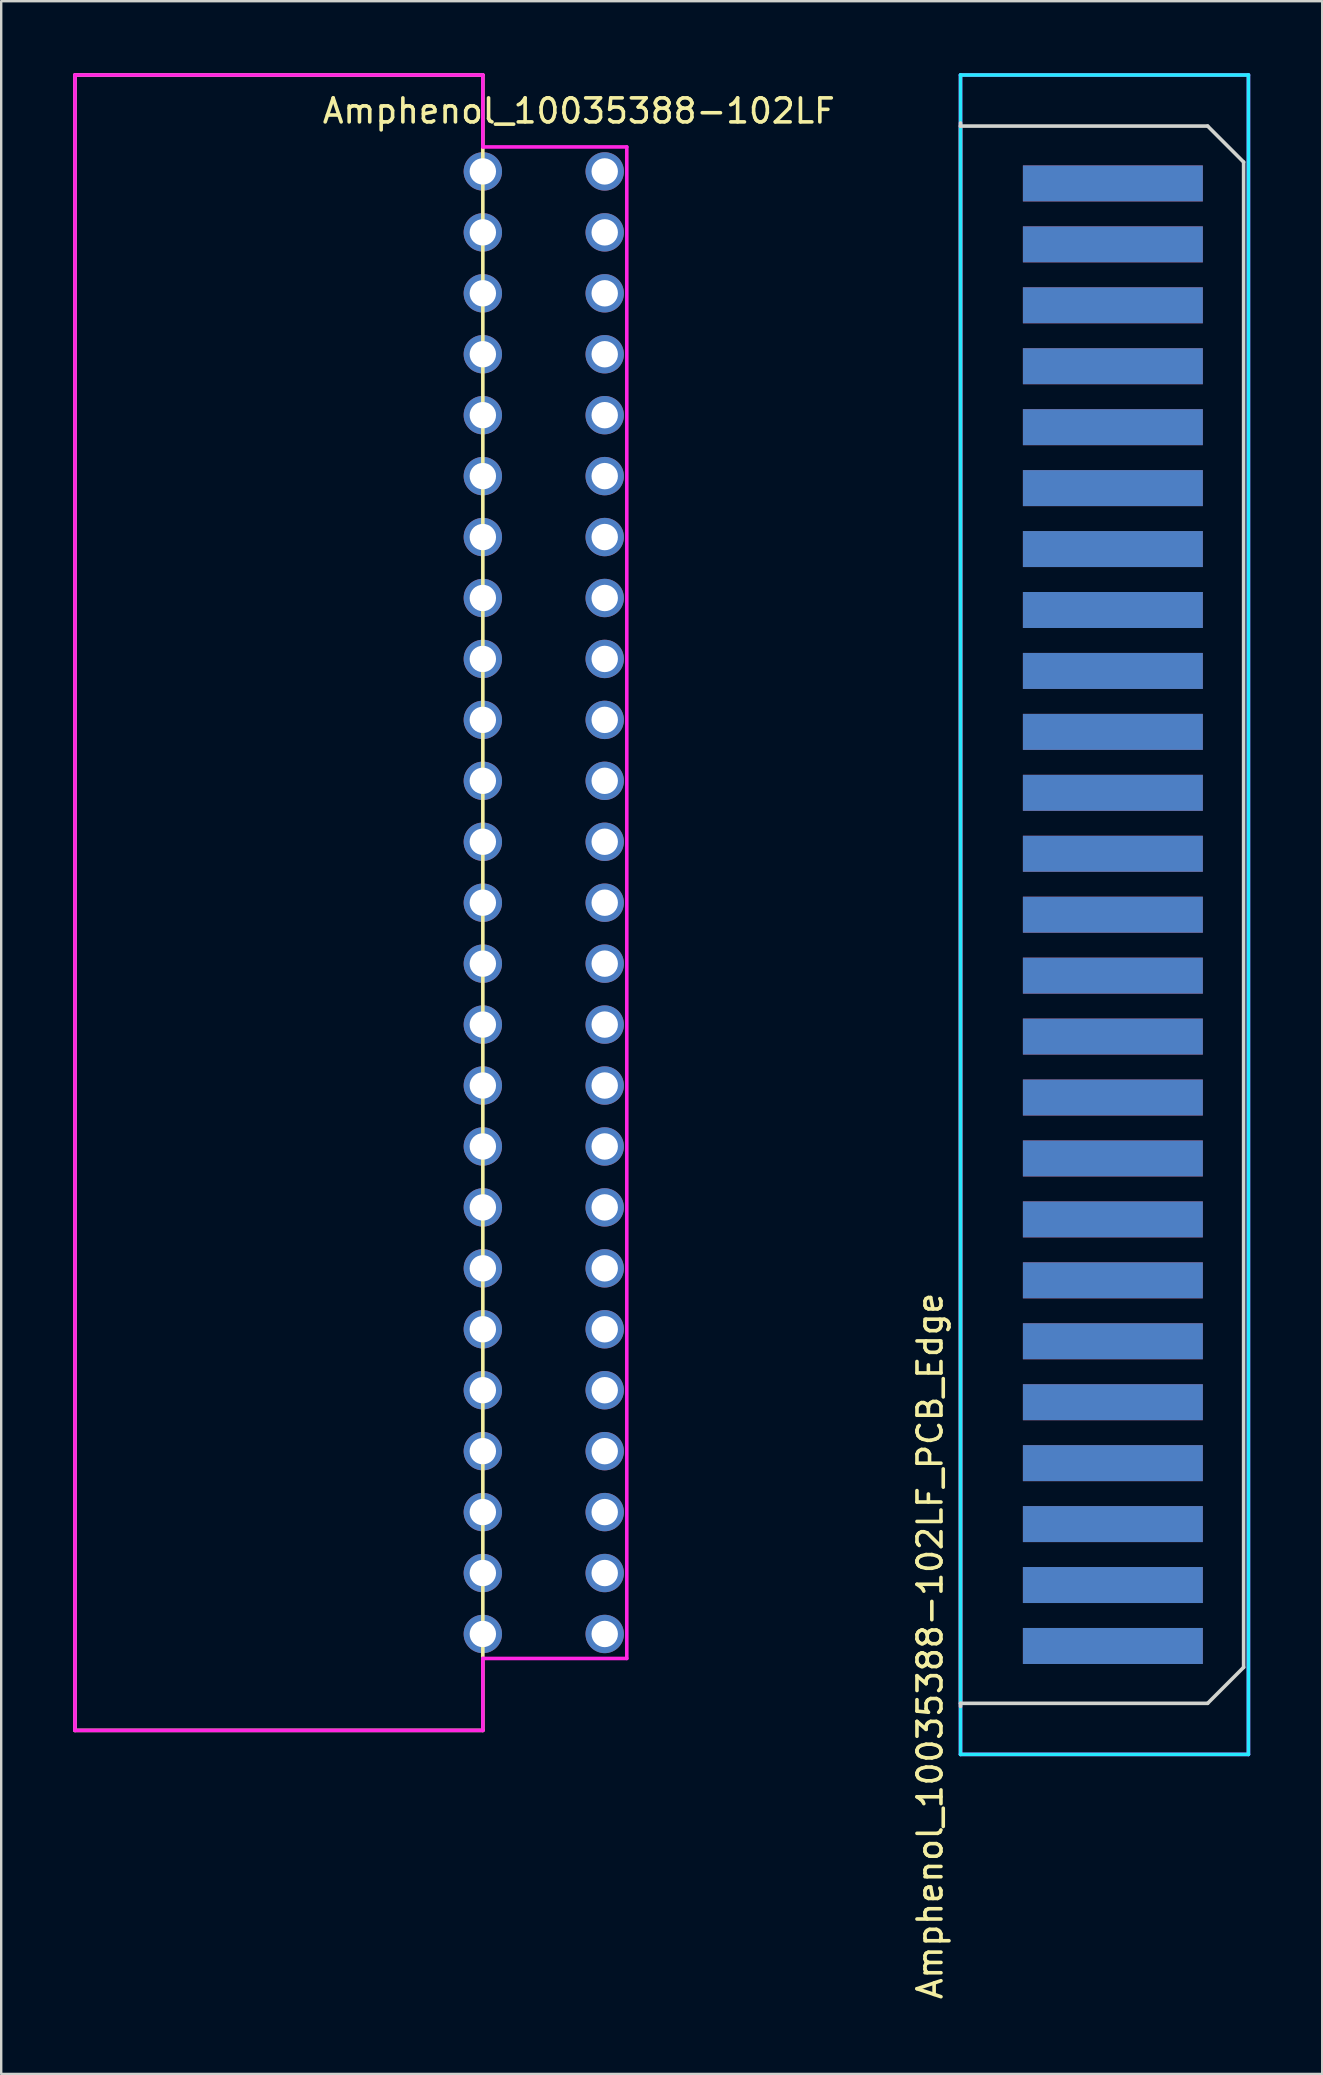
<source format=kicad_pcb>
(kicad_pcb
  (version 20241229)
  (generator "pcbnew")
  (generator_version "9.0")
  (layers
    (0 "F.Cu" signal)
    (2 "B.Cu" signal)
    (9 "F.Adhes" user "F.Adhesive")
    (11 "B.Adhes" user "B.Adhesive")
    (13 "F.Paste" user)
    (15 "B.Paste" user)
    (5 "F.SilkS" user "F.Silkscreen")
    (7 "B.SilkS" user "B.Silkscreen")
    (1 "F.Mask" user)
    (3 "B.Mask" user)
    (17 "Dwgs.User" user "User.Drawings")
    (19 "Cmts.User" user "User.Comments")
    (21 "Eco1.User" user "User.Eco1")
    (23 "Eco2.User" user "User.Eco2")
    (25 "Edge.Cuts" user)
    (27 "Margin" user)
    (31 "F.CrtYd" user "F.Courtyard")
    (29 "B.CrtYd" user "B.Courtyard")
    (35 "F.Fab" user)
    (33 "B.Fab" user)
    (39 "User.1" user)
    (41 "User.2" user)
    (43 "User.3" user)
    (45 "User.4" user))
  (footprint "Amphenol_10035388-102LF"
    (layer "F.Cu")
    (at 17.075 34.575)
    (property "Reference" "Amphenol_10035388-102LF" (at 4 -33 180) (layer "F.SilkS") (effects (font (size 1 1) (thickness 0.15))))
    (attr through_hole)
    (fp_line (start -17 -34.5) (end -17 34.5) (stroke (width 0.15) (type solid)) (layer "F.SilkS"))
    (fp_line (start -17 34.5) (end 0 34.5) (stroke (width 0.15) (type solid)) (layer "F.SilkS"))
    (fp_line (start 0 -34.5) (end -17 -34.5) (stroke (width 0.15) (type solid)) (layer "F.SilkS"))
    (fp_line (start 0 34.5) (end 0 -34.5) (stroke (width 0.15) (type solid)) (layer "F.SilkS"))
    (fp_line (start -17 -34.5) (end 0 -34.5) (stroke (width 0.15) (type solid)) (layer "F.CrtYd"))
    (fp_line (start -17 34.5) (end -17 -34.5) (stroke (width 0.15) (type solid)) (layer "F.CrtYd"))
    (fp_line (start 0 -34.5) (end 0 -31.5) (stroke (width 0.15) (type solid)) (layer "F.CrtYd"))
    (fp_line (start 0 -31.5) (end 6 -31.5) (stroke (width 0.15) (type solid)) (layer "F.CrtYd"))
    (fp_line (start 0 31.5) (end 0 34.5) (stroke (width 0.15) (type solid)) (layer "F.CrtYd"))
    (fp_line (start 0 34.5) (end -17 34.5) (stroke (width 0.15) (type solid)) (layer "F.CrtYd"))
    (fp_line (start 6 -31.5) (end 6 31.5) (stroke (width 0.15) (type solid)) (layer "F.CrtYd"))
    (fp_line (start 6 31.5) (end 0 31.5) (stroke (width 0.15) (type solid)) (layer "F.CrtYd"))
    (pad "a1" thru_hole circle (at 5.08 -30.48) (size 1.6 1.6) (drill 1.1) (layers "*.Cu" "*.Mask"))
    (pad "a2" thru_hole circle (at 5.08 -27.94) (size 1.6 1.6) (drill 1.1) (layers "*.Cu" "*.Mask"))
    (pad "a3" thru_hole circle (at 5.08 -25.4) (size 1.6 1.6) (drill 1.1) (layers "*.Cu" "*.Mask"))
    (pad "a4" thru_hole circle (at 5.08 -22.86 270) (size 1.6 1.6) (drill 1.1) (layers "*.Cu" "*.Mask"))
    (pad "a5" thru_hole circle (at 5.08 -20.32) (size 1.6 1.6) (drill 1.1) (layers "*.Cu" "*.Mask"))
    (pad "a6" thru_hole circle (at 5.08 -17.78) (size 1.6 1.6) (drill 1.1) (layers "*.Cu" "*.Mask"))
    (pad "a7" thru_hole circle (at 5.08 -15.24) (size 1.6 1.6) (drill 1.1) (layers "*.Cu" "*.Mask"))
    (pad "a8" thru_hole circle (at 5.08 -12.7) (size 1.6 1.6) (drill 1.1) (layers "*.Cu" "*.Mask"))
    (pad "a9" thru_hole circle (at 5.08 -10.16) (size 1.6 1.6) (drill 1.1) (layers "*.Cu" "*.Mask"))
    (pad "a10" thru_hole circle (at 5.08 -7.62) (size 1.6 1.6) (drill 1.1) (layers "*.Cu" "*.Mask"))
    (pad "a11" thru_hole circle (at 5.08 -5.08) (size 1.6 1.6) (drill 1.1) (layers "*.Cu" "*.Mask"))
    (pad "a12" thru_hole circle (at 5.08 -2.54) (size 1.6 1.6) (drill 1.1) (layers "*.Cu" "*.Mask"))
    (pad "a13" thru_hole circle (at 5.08 0) (size 1.6 1.6) (drill 1.1) (layers "*.Cu" "*.Mask"))
    (pad "a14" thru_hole circle (at 5.08 2.54) (size 1.6 1.6) (drill 1.1) (layers "*.Cu" "*.Mask"))
    (pad "a15" thru_hole circle (at 5.08 5.08) (size 1.6 1.6) (drill 1.1) (layers "*.Cu" "*.Mask"))
    (pad "a16" thru_hole circle (at 5.08 7.62) (size 1.6 1.6) (drill 1.1) (layers "*.Cu" "*.Mask"))
    (pad "a17" thru_hole circle (at 5.08 10.16) (size 1.6 1.6) (drill 1.1) (layers "*.Cu" "*.Mask"))
    (pad "a18" thru_hole circle (at 5.08 12.7) (size 1.6 1.6) (drill 1.1) (layers "*.Cu" "*.Mask"))
    (pad "a19" thru_hole circle (at 5.08 15.24) (size 1.6 1.6) (drill 1.1) (layers "*.Cu" "*.Mask"))
    (pad "a20" thru_hole circle (at 5.08 17.78) (size 1.6 1.6) (drill 1.1) (layers "*.Cu" "*.Mask"))
    (pad "a21" thru_hole circle (at 5.08 20.32) (size 1.6 1.6) (drill 1.1) (layers "*.Cu" "*.Mask"))
    (pad "a22" thru_hole circle (at 5.08 22.86) (size 1.6 1.6) (drill 1.1) (layers "*.Cu" "*.Mask"))
    (pad "a23" thru_hole circle (at 5.08 25.4) (size 1.6 1.6) (drill 1.1) (layers "*.Cu" "*.Mask"))
    (pad "a24" thru_hole circle (at 5.08 27.94) (size 1.6 1.6) (drill 1.1) (layers "*.Cu" "*.Mask"))
    (pad "a25" thru_hole circle (at 5.08 30.48) (size 1.6 1.6) (drill 1.1) (layers "*.Cu" "*.Mask"))
    (pad "b1" thru_hole circle (at 0 -30.48) (size 1.6 1.6) (drill 1.1) (layers "*.Cu" "*.Mask"))
    (pad "b2" thru_hole circle (at 0 -27.94) (size 1.6 1.6) (drill 1.1) (layers "*.Cu" "*.Mask"))
    (pad "b3" thru_hole circle (at 0 -25.4) (size 1.6 1.6) (drill 1.1) (layers "*.Cu" "*.Mask"))
    (pad "b4" thru_hole circle (at 0 -22.86) (size 1.6 1.6) (drill 1.1) (layers "*.Cu" "*.Mask"))
    (pad "b5" thru_hole circle (at 0 -20.32) (size 1.6 1.6) (drill 1.1) (layers "*.Cu" "*.Mask"))
    (pad "b6" thru_hole circle (at 0 -17.78) (size 1.6 1.6) (drill 1.1) (layers "*.Cu" "*.Mask"))
    (pad "b7" thru_hole circle (at 0 -15.24) (size 1.6 1.6) (drill 1.1) (layers "*.Cu" "*.Mask"))
    (pad "b8" thru_hole circle (at 0 -12.7) (size 1.6 1.6) (drill 1.1) (layers "*.Cu" "*.Mask"))
    (pad "b9" thru_hole circle (at 0 -10.16) (size 1.6 1.6) (drill 1.1) (layers "*.Cu" "*.Mask"))
    (pad "b10" thru_hole circle (at 0 -7.62) (size 1.6 1.6) (drill 1.1) (layers "*.Cu" "*.Mask"))
    (pad "b11" thru_hole circle (at 0 -5.08) (size 1.6 1.6) (drill 1.1) (layers "*.Cu" "*.Mask"))
    (pad "b12" thru_hole circle (at 0 -2.54) (size 1.6 1.6) (drill 1.1) (layers "*.Cu" "*.Mask"))
    (pad "b13" thru_hole circle (at 0 0) (size 1.6 1.6) (drill 1.1) (layers "*.Cu" "*.Mask"))
    (pad "b14" thru_hole circle (at 0 2.54) (size 1.6 1.6) (drill 1.1) (layers "*.Cu" "*.Mask"))
    (pad "b15" thru_hole circle (at 0 5.08) (size 1.6 1.6) (drill 1.1) (layers "*.Cu" "*.Mask"))
    (pad "b16" thru_hole circle (at 0 7.62) (size 1.6 1.6) (drill 1.1) (layers "*.Cu" "*.Mask"))
    (pad "b17" thru_hole circle (at 0 10.16) (size 1.6 1.6) (drill 1.1) (layers "*.Cu" "*.Mask"))
    (pad "b18" thru_hole circle (at 0 12.7) (size 1.6 1.6) (drill 1.1) (layers "*.Cu" "*.Mask"))
    (pad "b19" thru_hole circle (at 0 15.24) (size 1.6 1.6) (drill 1.1) (layers "*.Cu" "*.Mask"))
    (pad "b20" thru_hole circle (at 0 17.78) (size 1.6 1.6) (drill 1.1) (layers "*.Cu" "*.Mask"))
    (pad "b21" thru_hole circle (at 0 20.32) (size 1.6 1.6) (drill 1.1) (layers "*.Cu" "*.Mask"))
    (pad "b22" thru_hole circle (at 0 22.86) (size 1.6 1.6) (drill 1.1) (layers "*.Cu" "*.Mask"))
    (pad "b23" thru_hole circle (at 0 25.4) (size 1.6 1.6) (drill 1.1) (layers "*.Cu" "*.Mask"))
    (pad "b24" thru_hole circle (at 0 27.94) (size 1.6 1.6) (drill 1.1) (layers "*.Cu" "*.Mask"))
    (pad "b25" thru_hole circle (at 0 30.48) (size 1.6 1.6) (drill 1.1) (layers "*.Cu" "*.Mask")))
  (footprint "Amphenol_10035388-102LF_PCB_Edge"
    (layer "F.Cu")
    (at 36.985 35.075)
    (property "Reference" "Amphenol_10035388-102LF_PCB_Edge" (at -1.27 30.48 90) (layer "F.SilkS") (effects (font (size 1 1) (thickness 0.15))))
    (attr through_hole)
    (fp_poly (pts (xy 1 -32.87) (xy 10.3 -32.87) (xy 11.8 -31.37) (xy 11.8 31.37) (xy 10.3 32.87) (xy 1 32.87)) (stroke (width 0.15) (type solid)) (fill yes) (layer "F.Mask"))
    (fp_poly (pts (xy 1 -32.87) (xy 10.3 -32.87) (xy 11.8 -31.37) (xy 11.8 31.37) (xy 10.3 32.87) (xy 1 32.87)) (stroke (width 0.15) (type solid)) (fill yes) (layer "B.Mask"))
    (fp_line (start 0 -32.87) (end 0 32.87) (stroke (width 0.15) (type solid)) (layer "F.SilkS"))
    (fp_line (start 0 -33) (end 0 -32.87) (stroke (width 0.15) (type solid)) (layer "Edge.Cuts"))
    (fp_line (start 0 -32.87) (end 10.3 -32.87) (stroke (width 0.15) (type solid)) (layer "Edge.Cuts"))
    (fp_line (start 0 32.87) (end 0 33) (stroke (width 0.15) (type solid)) (layer "Edge.Cuts"))
    (fp_line (start 10.3 -32.87) (end 11.8 -31.37) (stroke (width 0.15) (type solid)) (layer "Edge.Cuts"))
    (fp_line (start 10.3 32.87) (end 0 32.87) (stroke (width 0.15) (type solid)) (layer "Edge.Cuts"))
    (fp_line (start 11.8 -31.37) (end 11.8 31.37) (stroke (width 0.15) (type solid)) (layer "Edge.Cuts"))
    (fp_line (start 11.8 31.37) (end 10.3 32.87) (stroke (width 0.15) (type solid)) (layer "Edge.Cuts"))
    (fp_line (start 0 -35) (end 12 -35) (stroke (width 0.15) (type solid)) (layer "B.CrtYd"))
    (fp_line (start 0 35) (end 0 -35) (stroke (width 0.15) (type solid)) (layer "B.CrtYd"))
    (fp_line (start 12 -35) (end 12 35) (stroke (width 0.15) (type solid)) (layer "B.CrtYd"))
    (fp_line (start 12 35) (end 0 35) (stroke (width 0.15) (type solid)) (layer "B.CrtYd"))
    (fp_line (start 0 -35) (end 12 -35) (stroke (width 0.15) (type solid)) (layer "F.CrtYd"))
    (fp_line (start 0 35) (end 0 -35) (stroke (width 0.15) (type solid)) (layer "F.CrtYd"))
    (fp_line (start 12 -35) (end 12 35) (stroke (width 0.15) (type solid)) (layer "F.CrtYd"))
    (fp_line (start 12 35) (end 0 35) (stroke (width 0.15) (type solid)) (layer "F.CrtYd"))
    (pad "a1" smd rect (at 6.35 -30.48) (size 7.5 1.5) (layers "F.Cu" "F.Mask"))
    (pad "a2" smd rect (at 6.35 -27.94) (size 7.5 1.5) (layers "F.Cu" "F.Mask"))
    (pad "a3" smd rect (at 6.35 -25.4) (size 7.5 1.5) (layers "F.Cu" "F.Mask"))
    (pad "a4" smd rect (at 6.35 -22.86) (size 7.5 1.5) (layers "F.Cu" "F.Mask"))
    (pad "a5" smd rect (at 6.35 -20.32) (size 7.5 1.5) (layers "F.Cu" "F.Mask"))
    (pad "a6" smd rect (at 6.35 -17.78) (size 7.5 1.5) (layers "F.Cu" "F.Mask"))
    (pad "a7" smd rect (at 6.35 -15.24) (size 7.5 1.5) (layers "F.Cu" "F.Mask"))
    (pad "a8" smd rect (at 6.35 -12.7) (size 7.5 1.5) (layers "F.Cu" "F.Mask"))
    (pad "a9" smd rect (at 6.35 -10.16) (size 7.5 1.5) (layers "F.Cu" "F.Mask"))
    (pad "a10" smd rect (at 6.35 -7.62) (size 7.5 1.5) (layers "F.Cu" "F.Mask"))
    (pad "a11" smd rect (at 6.35 -5.08) (size 7.5 1.5) (layers "F.Cu" "F.Mask"))
    (pad "a12" smd rect (at 6.35 -2.54) (size 7.5 1.5) (layers "F.Cu" "F.Mask"))
    (pad "a13" smd rect (at 6.35 0) (size 7.5 1.5) (layers "F.Cu" "F.Mask"))
    (pad "a14" smd rect (at 6.35 2.54) (size 7.5 1.5) (layers "F.Cu" "F.Mask"))
    (pad "a15" smd rect (at 6.35 5.08) (size 7.5 1.5) (layers "F.Cu" "F.Mask"))
    (pad "a16" smd rect (at 6.35 7.62) (size 7.5 1.5) (layers "F.Cu" "F.Mask"))
    (pad "a17" smd rect (at 6.35 10.16) (size 7.5 1.5) (layers "F.Cu" "F.Mask"))
    (pad "a18" smd rect (at 6.35 12.7) (size 7.5 1.5) (layers "F.Cu" "F.Mask"))
    (pad "a19" smd rect (at 6.35 15.24) (size 7.5 1.5) (layers "F.Cu" "F.Mask"))
    (pad "a20" smd rect (at 6.35 17.78) (size 7.5 1.5) (layers "F.Cu" "F.Mask"))
    (pad "a21" smd rect (at 6.35 20.32) (size 7.5 1.5) (layers "F.Cu" "F.Mask"))
    (pad "a22" smd rect (at 6.35 22.86) (size 7.5 1.5) (layers "F.Cu" "F.Mask"))
    (pad "a23" smd rect (at 6.35 25.4) (size 7.5 1.5) (layers "F.Cu" "F.Mask"))
    (pad "a24" smd rect (at 6.35 27.94) (size 7.5 1.5) (layers "F.Cu" "F.Mask"))
    (pad "a25" smd rect (at 6.35 30.48) (size 7.5 1.5) (layers "F.Cu" "F.Mask"))
    (pad "b1" smd rect (at 6.35 -30.48) (size 7.5 1.5) (layers "B.Cu" "B.Mask"))
    (pad "b2" smd rect (at 6.35 -27.94) (size 7.5 1.5) (layers "B.Cu" "B.Mask"))
    (pad "b3" smd rect (at 6.35 -25.4) (size 7.5 1.5) (layers "B.Cu" "B.Mask"))
    (pad "b4" smd rect (at 6.35 -22.86) (size 7.5 1.5) (layers "B.Cu" "B.Mask"))
    (pad "b5" smd rect (at 6.35 -20.32) (size 7.5 1.5) (layers "B.Cu" "B.Mask"))
    (pad "b6" smd rect (at 6.35 -17.78) (size 7.5 1.5) (layers "B.Cu" "B.Mask"))
    (pad "b7" smd rect (at 6.35 -15.24) (size 7.5 1.5) (layers "B.Cu" "B.Mask"))
    (pad "b8" smd rect (at 6.35 -12.7) (size 7.5 1.5) (layers "B.Cu" "B.Mask"))
    (pad "b9" smd rect (at 6.35 -10.16) (size 7.5 1.5) (layers "B.Cu" "B.Mask"))
    (pad "b10" smd rect (at 6.35 -7.62) (size 7.5 1.5) (layers "B.Cu" "B.Mask"))
    (pad "b11" smd rect (at 6.35 -5.08) (size 7.5 1.5) (layers "B.Cu" "B.Mask"))
    (pad "b12" smd rect (at 6.35 -2.54) (size 7.5 1.5) (layers "B.Cu" "B.Mask"))
    (pad "b13" smd rect (at 6.35 0) (size 7.5 1.5) (layers "B.Cu" "B.Mask"))
    (pad "b14" smd rect (at 6.35 2.54) (size 7.5 1.5) (layers "B.Cu" "B.Mask"))
    (pad "b15" smd rect (at 6.35 5.08) (size 7.5 1.5) (layers "B.Cu" "B.Mask"))
    (pad "b16" smd rect (at 6.35 7.62) (size 7.5 1.5) (layers "B.Cu" "B.Mask"))
    (pad "b17" smd rect (at 6.35 10.16) (size 7.5 1.5) (layers "B.Cu" "B.Mask"))
    (pad "b18" smd rect (at 6.35 12.7) (size 7.5 1.5) (layers "B.Cu" "B.Mask"))
    (pad "b19" smd rect (at 6.35 15.24) (size 7.5 1.5) (layers "B.Cu" "B.Mask"))
    (pad "b20" smd rect (at 6.35 17.78) (size 7.5 1.5) (layers "B.Cu" "B.Mask"))
    (pad "b21" smd rect (at 6.35 20.32) (size 7.5 1.5) (layers "B.Cu" "B.Mask"))
    (pad "b22" smd rect (at 6.35 22.86) (size 7.5 1.5) (layers "B.Cu" "B.Mask"))
    (pad "b23" smd rect (at 6.35 25.4) (size 7.5 1.5) (layers "B.Cu" "B.Mask"))
    (pad "b24" smd rect (at 6.35 27.94) (size 7.5 1.5) (layers "B.Cu" "B.Mask"))
    (pad "b25" smd rect (at 6.35 30.48) (size 7.5 1.5) (layers "B.Cu" "B.Mask")))
  (gr_rect
    (start -3 -3)
    (end 52.06 83.394)
    (stroke (width 0.1) (type default))
    (fill no)
    (layer "Edge.Cuts")))
</source>
